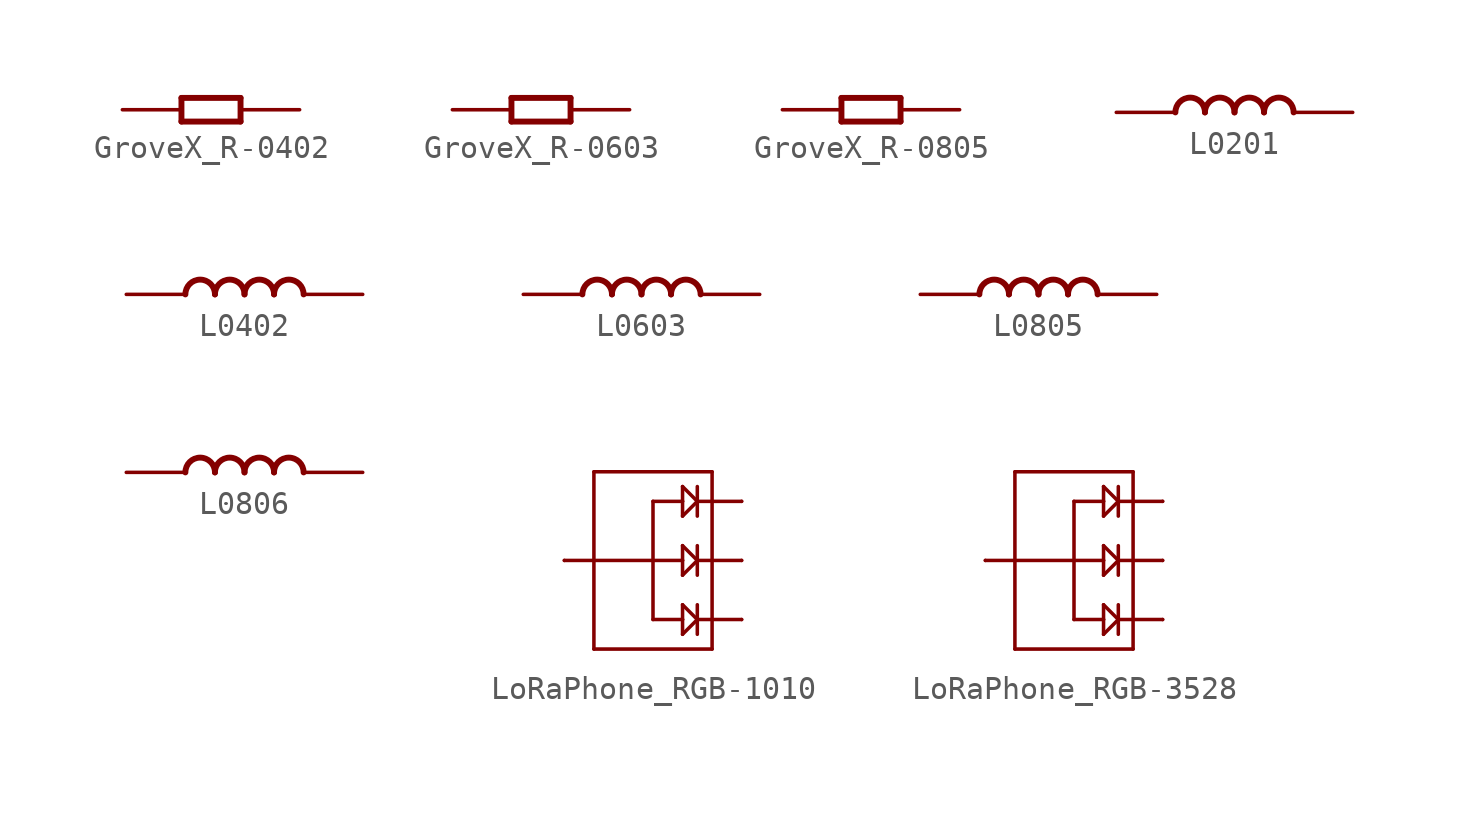
<source format=kicad_sym>
(kicad_symbol_lib
  (version 20231120)
  (generator "kicad_symbol_editor")
  (generator_version "8.0")
  (symbol "GroveX_R-0402"
    (property "Reference" "R"
      (at -2.54 0 0)
      (effects (font (size 0.635 0.54)) (justify left bottom) (hide yes)))
    (property "ki_locked" ""
      (at 0 0 0)
      (effects (font (size 1.27 1.27))))
    (symbol "GroveX_R-0402_1_0"
      (polyline (pts (xy -1.27 -0.508) (xy -1.27 0.508)) (stroke (width 0.254) (type solid)) (fill (type none)))
      (polyline (pts (xy -1.27 0.508) (xy 1.27 0.508)) (stroke (width 0.254) (type solid)) (fill (type none)))
      (polyline (pts (xy 1.27 -0.508) (xy -1.27 -0.508)) (stroke (width 0.254) (type solid)) (fill (type none)))
      (polyline (pts (xy 1.27 0.508) (xy 1.27 -0.508)) (stroke (width 0.254) (type solid)) (fill (type none)))
      (pin passive line (at -3.81 0 0) (length 2.54) (name "1" (effects (font (size 0 0)))) (number "1" (effects (font (size 0 0)))))
      (pin passive line (at 3.81 0 180) (length 2.54) (name "2" (effects (font (size 0 0)))) (number "2" (effects (font (size 0 0)))))))
  (symbol "GroveX_R-0603"
    (property "Reference" "R"
      (at -2.54 0 0)
      (effects (font (size 0.635 0.54)) (justify left bottom) (hide yes)))
    (property "ki_locked" ""
      (at 0 0 0)
      (effects (font (size 1.27 1.27))))
    (symbol "GroveX_R-0603_1_0"
      (polyline (pts (xy -1.27 -0.508) (xy -1.27 0.508)) (stroke (width 0.254) (type solid)) (fill (type none)))
      (polyline (pts (xy -1.27 0.508) (xy 1.27 0.508)) (stroke (width 0.254) (type solid)) (fill (type none)))
      (polyline (pts (xy 1.27 -0.508) (xy -1.27 -0.508)) (stroke (width 0.254) (type solid)) (fill (type none)))
      (polyline (pts (xy 1.27 0.508) (xy 1.27 -0.508)) (stroke (width 0.254) (type solid)) (fill (type none)))
      (pin passive line (at -3.81 0 0) (length 2.54) (name "1" (effects (font (size 0 0)))) (number "1" (effects (font (size 0 0)))))
      (pin passive line (at 3.81 0 180) (length 2.54) (name "2" (effects (font (size 0 0)))) (number "2" (effects (font (size 0 0)))))))
  (symbol "GroveX_R-0805"
    (property "Reference" "R"
      (at -2.54 0 0)
      (effects (font (size 0.635 0.54)) (justify left bottom) (hide yes)))
    (property "ki_locked" ""
      (at 0 0 0)
      (effects (font (size 1.27 1.27))))
    (symbol "GroveX_R-0805_1_0"
      (polyline (pts (xy -1.27 -0.508) (xy -1.27 0.508)) (stroke (width 0.254) (type solid)) (fill (type none)))
      (polyline (pts (xy -1.27 0.508) (xy 1.27 0.508)) (stroke (width 0.254) (type solid)) (fill (type none)))
      (polyline (pts (xy 1.27 -0.508) (xy -1.27 -0.508)) (stroke (width 0.254) (type solid)) (fill (type none)))
      (polyline (pts (xy 1.27 0.508) (xy 1.27 -0.508)) (stroke (width 0.254) (type solid)) (fill (type none)))
      (pin passive line (at -3.81 0 0) (length 2.54) (name "1" (effects (font (size 0 0)))) (number "1" (effects (font (size 0 0)))))
      (pin passive line (at 3.81 0 180) (length 2.54) (name "2" (effects (font (size 0 0)))) (number "2" (effects (font (size 0 0)))))))
  (symbol "L0201"
    (property "Reference" "L"
      (at -5.08 0 0)
      (effects (font (size 1.27 1.079)) (justify left bottom) (hide yes)))
    (property "ki_locked" ""
      (at 0 0 0)
      (effects (font (size 1.27 1.27))))
    (symbol "L0201_1_0"
      (arc (start -1.27 0) (mid -1.905 0.635) (end -2.54 0) (stroke (width 0.254) (type solid)) (fill (type none)))
      (arc (start 0 0) (mid -0.635 0.635) (end -1.27 0) (stroke (width 0.254) (type solid)) (fill (type none)))
      (arc (start 1.27 0) (mid 0.635 0.635) (end 0 0) (stroke (width 0.254) (type solid)) (fill (type none)))
      (arc (start 2.54 0) (mid 1.905 0.635) (end 1.27 0) (stroke (width 0.254) (type solid)) (fill (type none)))
      (pin passive line (at -5.08 0 0) (length 2.54) (name "1" (effects (font (size 0 0)))) (number "1" (effects (font (size 0 0)))))
      (pin passive line (at 5.08 0 180) (length 2.54) (name "2" (effects (font (size 0 0)))) (number "2" (effects (font (size 0 0)))))))
  (symbol "L0402"
    (property "Reference" "L"
      (at -5.08 0 0)
      (effects (font (size 1.27 1.079)) (justify left bottom) (hide yes)))
    (property "ki_locked" ""
      (at 0 0 0)
      (effects (font (size 1.27 1.27))))
    (symbol "L0402_1_0"
      (arc (start -1.27 0) (mid -1.905 0.635) (end -2.54 0) (stroke (width 0.254) (type solid)) (fill (type none)))
      (arc (start 0 0) (mid -0.635 0.635) (end -1.27 0) (stroke (width 0.254) (type solid)) (fill (type none)))
      (arc (start 1.27 0) (mid 0.635 0.635) (end 0 0) (stroke (width 0.254) (type solid)) (fill (type none)))
      (arc (start 2.54 0) (mid 1.905 0.635) (end 1.27 0) (stroke (width 0.254) (type solid)) (fill (type none)))
      (pin passive line (at -5.08 0 0) (length 2.54) (name "1" (effects (font (size 0 0)))) (number "1" (effects (font (size 0 0)))))
      (pin passive line (at 5.08 0 180) (length 2.54) (name "2" (effects (font (size 0 0)))) (number "2" (effects (font (size 0 0)))))))
  (symbol "L0603"
    (property "Reference" "L"
      (at -5.08 0 0)
      (effects (font (size 1.27 1.079)) (justify left bottom) (hide yes)))
    (property "ki_locked" ""
      (at 0 0 0)
      (effects (font (size 1.27 1.27))))
    (symbol "L0603_1_0"
      (arc (start -1.27 0) (mid -1.905 0.635) (end -2.54 0) (stroke (width 0.254) (type solid)) (fill (type none)))
      (arc (start 0 0) (mid -0.635 0.635) (end -1.27 0) (stroke (width 0.254) (type solid)) (fill (type none)))
      (arc (start 1.27 0) (mid 0.635 0.635) (end 0 0) (stroke (width 0.254) (type solid)) (fill (type none)))
      (arc (start 2.54 0) (mid 1.905 0.635) (end 1.27 0) (stroke (width 0.254) (type solid)) (fill (type none)))
      (pin passive line (at -5.08 0 0) (length 2.54) (name "1" (effects (font (size 0 0)))) (number "1" (effects (font (size 0 0)))))
      (pin passive line (at 5.08 0 180) (length 2.54) (name "2" (effects (font (size 0 0)))) (number "2" (effects (font (size 0 0)))))))
  (symbol "L0805"
    (property "Reference" "L"
      (at -5.08 0 0)
      (effects (font (size 1.27 1.079)) (justify left bottom) (hide yes)))
    (property "ki_locked" ""
      (at 0 0 0)
      (effects (font (size 1.27 1.27))))
    (symbol "L0805_1_0"
      (arc (start -1.27 0) (mid -1.905 0.635) (end -2.54 0) (stroke (width 0.254) (type solid)) (fill (type none)))
      (arc (start 0 0) (mid -0.635 0.635) (end -1.27 0) (stroke (width 0.254) (type solid)) (fill (type none)))
      (arc (start 1.27 0) (mid 0.635 0.635) (end 0 0) (stroke (width 0.254) (type solid)) (fill (type none)))
      (arc (start 2.54 0) (mid 1.905 0.635) (end 1.27 0) (stroke (width 0.254) (type solid)) (fill (type none)))
      (pin passive line (at -5.08 0 0) (length 2.54) (name "1" (effects (font (size 0 0)))) (number "1" (effects (font (size 0 0)))))
      (pin passive line (at 5.08 0 180) (length 2.54) (name "2" (effects (font (size 0 0)))) (number "2" (effects (font (size 0 0)))))))
  (symbol "L0806"
    (property "Reference" "L"
      (at -5.08 0 0)
      (effects (font (size 1.27 1.079)) (justify left bottom) (hide yes)))
    (property "ki_locked" ""
      (at 0 0 0)
      (effects (font (size 1.27 1.27))))
    (symbol "L0806_1_0"
      (arc (start -1.27 0) (mid -1.905 0.635) (end -2.54 0) (stroke (width 0.254) (type solid)) (fill (type none)))
      (arc (start 0 0) (mid -0.635 0.635) (end -1.27 0) (stroke (width 0.254) (type solid)) (fill (type none)))
      (arc (start 1.27 0) (mid 0.635 0.635) (end 0 0) (stroke (width 0.254) (type solid)) (fill (type none)))
      (arc (start 2.54 0) (mid 1.905 0.635) (end 1.27 0) (stroke (width 0.254) (type solid)) (fill (type none)))
      (pin passive line (at -5.08 0 0) (length 2.54) (name "1" (effects (font (size 0 0)))) (number "1" (effects (font (size 0 0)))))
      (pin passive line (at 5.08 0 180) (length 2.54) (name "2" (effects (font (size 0 0)))) (number "2" (effects (font (size 0 0)))))))
  (symbol "LoRaPhone_RGB-1010"
    (property "Reference" "RGB"
      (at -2.54 3.81 0)
      (effects (font (size 0.889 0.756) (thickness 0.151) (bold yes)) (justify left bottom) (hide yes)))
    (property "ki_locked" ""
      (at 0 0 0)
      (effects (font (size 1.27 1.27))))
    (symbol "LoRaPhone_RGB-1010_1_0"
      (polyline (pts (xy -3.81 0) (xy -2.54 0)) (stroke (width 0.152) (type solid)) (fill (type none)))
      (polyline (pts (xy -2.54 -3.81) (xy 2.54 -3.81)) (stroke (width 0.152) (type solid)) (fill (type none)))
      (polyline (pts (xy -2.54 0) (xy -2.54 -3.81)) (stroke (width 0.152) (type solid)) (fill (type none)))
      (polyline (pts (xy -2.54 0) (xy 0 0)) (stroke (width 0.152) (type solid)) (fill (type none)))
      (polyline (pts (xy -2.54 3.81) (xy -2.54 0)) (stroke (width 0.152) (type solid)) (fill (type none)))
      (polyline (pts (xy 0 0) (xy 0 -2.54)) (stroke (width 0.152) (type solid)) (fill (type none)))
      (polyline (pts (xy 0 0) (xy 0 2.54)) (stroke (width 0.152) (type solid)) (fill (type none)))
      (polyline (pts (xy 0 2.54) (xy 1.27 2.54)) (stroke (width 0.152) (type solid)) (fill (type none)))
      (polyline (pts (xy 1.27 -3.175) (xy 1.27 -2.54)) (stroke (width 0.152) (type solid)) (fill (type none)))
      (polyline (pts (xy 1.27 -2.54) (xy 0 -2.54)) (stroke (width 0.152) (type solid)) (fill (type none)))
      (polyline (pts (xy 1.27 -2.54) (xy 1.27 -1.905)) (stroke (width 0.152) (type solid)) (fill (type none)))
      (polyline (pts (xy 1.27 -1.905) (xy 1.905 -2.54)) (stroke (width 0.152) (type solid)) (fill (type none)))
      (polyline (pts (xy 1.27 -0.635) (xy 1.27 0)) (stroke (width 0.152) (type solid)) (fill (type none)))
      (polyline (pts (xy 1.27 0) (xy 0 0)) (stroke (width 0.152) (type solid)) (fill (type none)))
      (polyline (pts (xy 1.27 0) (xy 1.27 0.635)) (stroke (width 0.152) (type solid)) (fill (type none)))
      (polyline (pts (xy 1.27 0.635) (xy 1.905 0)) (stroke (width 0.152) (type solid)) (fill (type none)))
      (polyline (pts (xy 1.27 1.905) (xy 1.27 2.54)) (stroke (width 0.152) (type solid)) (fill (type none)))
      (polyline (pts (xy 1.27 2.54) (xy 1.27 3.175)) (stroke (width 0.152) (type solid)) (fill (type none)))
      (polyline (pts (xy 1.27 3.175) (xy 1.905 2.54)) (stroke (width 0.152) (type solid)) (fill (type none)))
      (polyline (pts (xy 1.905 -3.175) (xy 1.905 -2.54)) (stroke (width 0.152) (type solid)) (fill (type none)))
      (polyline (pts (xy 1.905 -2.54) (xy 1.27 -3.175)) (stroke (width 0.152) (type solid)) (fill (type none)))
      (polyline (pts (xy 1.905 -2.54) (xy 1.905 -1.905)) (stroke (width 0.152) (type solid)) (fill (type none)))
      (polyline (pts (xy 1.905 -2.54) (xy 2.54 -2.54)) (stroke (width 0.152) (type solid)) (fill (type none)))
      (polyline (pts (xy 1.905 -0.635) (xy 1.905 0)) (stroke (width 0.152) (type solid)) (fill (type none)))
      (polyline (pts (xy 1.905 0) (xy 1.27 -0.635)) (stroke (width 0.152) (type solid)) (fill (type none)))
      (polyline (pts (xy 1.905 0) (xy 1.905 0.635)) (stroke (width 0.152) (type solid)) (fill (type none)))
      (polyline (pts (xy 1.905 0) (xy 2.54 0)) (stroke (width 0.152) (type solid)) (fill (type none)))
      (polyline (pts (xy 1.905 1.905) (xy 1.905 2.54)) (stroke (width 0.152) (type solid)) (fill (type none)))
      (polyline (pts (xy 1.905 2.54) (xy 1.27 1.905)) (stroke (width 0.152) (type solid)) (fill (type none)))
      (polyline (pts (xy 1.905 2.54) (xy 1.905 3.175)) (stroke (width 0.152) (type solid)) (fill (type none)))
      (polyline (pts (xy 1.905 2.54) (xy 2.54 2.54)) (stroke (width 0.152) (type solid)) (fill (type none)))
      (polyline (pts (xy 2.54 -3.81) (xy 2.54 -2.54)) (stroke (width 0.152) (type solid)) (fill (type none)))
      (polyline (pts (xy 2.54 -2.54) (xy 2.54 0)) (stroke (width 0.152) (type solid)) (fill (type none)))
      (polyline (pts (xy 2.54 -2.54) (xy 3.81 -2.54)) (stroke (width 0.152) (type solid)) (fill (type none)))
      (polyline (pts (xy 2.54 0) (xy 2.54 2.54)) (stroke (width 0.152) (type solid)) (fill (type none)))
      (polyline (pts (xy 2.54 0) (xy 3.81 0)) (stroke (width 0.152) (type solid)) (fill (type none)))
      (polyline (pts (xy 2.54 2.54) (xy 2.54 3.81)) (stroke (width 0.152) (type solid)) (fill (type none)))
      (polyline (pts (xy 2.54 2.54) (xy 3.81 2.54)) (stroke (width 0.152) (type solid)) (fill (type none)))
      (polyline (pts (xy 2.54 3.81) (xy -2.54 3.81)) (stroke (width 0.152) (type solid)) (fill (type none)))
      (pin bidirectional line (at -3.81 0 0) (length 0) (name "+" (effects (font (size 0 0)))) (number "+" (effects (font (size 0 0)))))
      (pin bidirectional line (at 3.81 -2.54 180) (length 0) (name "B-" (effects (font (size 0 0)))) (number "B-" (effects (font (size 0 0)))))
      (pin bidirectional line (at 3.81 0 180) (length 0) (name "G-" (effects (font (size 0 0)))) (number "G-" (effects (font (size 0 0)))))
      (pin bidirectional line (at 3.81 2.54 180) (length 0) (name "R-" (effects (font (size 0 0)))) (number "R-" (effects (font (size 0 0)))))))
  (symbol "LoRaPhone_RGB-3528"
    (property "Reference" "RGB"
      (at -2.54 3.81 0)
      (effects (font (size 0.889 0.756) (thickness 0.151) (bold yes)) (justify left bottom) (hide yes)))
    (property "ki_locked" ""
      (at 0 0 0)
      (effects (font (size 1.27 1.27))))
    (symbol "LoRaPhone_RGB-3528_1_0"
      (polyline (pts (xy -3.81 0) (xy -2.54 0)) (stroke (width 0.152) (type solid)) (fill (type none)))
      (polyline (pts (xy -2.54 -3.81) (xy 2.54 -3.81)) (stroke (width 0.152) (type solid)) (fill (type none)))
      (polyline (pts (xy -2.54 0) (xy -2.54 -3.81)) (stroke (width 0.152) (type solid)) (fill (type none)))
      (polyline (pts (xy -2.54 0) (xy 0 0)) (stroke (width 0.152) (type solid)) (fill (type none)))
      (polyline (pts (xy -2.54 3.81) (xy -2.54 0)) (stroke (width 0.152) (type solid)) (fill (type none)))
      (polyline (pts (xy 0 0) (xy 0 -2.54)) (stroke (width 0.152) (type solid)) (fill (type none)))
      (polyline (pts (xy 0 0) (xy 0 2.54)) (stroke (width 0.152) (type solid)) (fill (type none)))
      (polyline (pts (xy 0 2.54) (xy 1.27 2.54)) (stroke (width 0.152) (type solid)) (fill (type none)))
      (polyline (pts (xy 1.27 -3.175) (xy 1.27 -2.54)) (stroke (width 0.152) (type solid)) (fill (type none)))
      (polyline (pts (xy 1.27 -2.54) (xy 0 -2.54)) (stroke (width 0.152) (type solid)) (fill (type none)))
      (polyline (pts (xy 1.27 -2.54) (xy 1.27 -1.905)) (stroke (width 0.152) (type solid)) (fill (type none)))
      (polyline (pts (xy 1.27 -1.905) (xy 1.905 -2.54)) (stroke (width 0.152) (type solid)) (fill (type none)))
      (polyline (pts (xy 1.27 -0.635) (xy 1.27 0)) (stroke (width 0.152) (type solid)) (fill (type none)))
      (polyline (pts (xy 1.27 0) (xy 0 0)) (stroke (width 0.152) (type solid)) (fill (type none)))
      (polyline (pts (xy 1.27 0) (xy 1.27 0.635)) (stroke (width 0.152) (type solid)) (fill (type none)))
      (polyline (pts (xy 1.27 0.635) (xy 1.905 0)) (stroke (width 0.152) (type solid)) (fill (type none)))
      (polyline (pts (xy 1.27 1.905) (xy 1.27 2.54)) (stroke (width 0.152) (type solid)) (fill (type none)))
      (polyline (pts (xy 1.27 2.54) (xy 1.27 3.175)) (stroke (width 0.152) (type solid)) (fill (type none)))
      (polyline (pts (xy 1.27 3.175) (xy 1.905 2.54)) (stroke (width 0.152) (type solid)) (fill (type none)))
      (polyline (pts (xy 1.905 -3.175) (xy 1.905 -2.54)) (stroke (width 0.152) (type solid)) (fill (type none)))
      (polyline (pts (xy 1.905 -2.54) (xy 1.27 -3.175)) (stroke (width 0.152) (type solid)) (fill (type none)))
      (polyline (pts (xy 1.905 -2.54) (xy 1.905 -1.905)) (stroke (width 0.152) (type solid)) (fill (type none)))
      (polyline (pts (xy 1.905 -2.54) (xy 2.54 -2.54)) (stroke (width 0.152) (type solid)) (fill (type none)))
      (polyline (pts (xy 1.905 -0.635) (xy 1.905 0)) (stroke (width 0.152) (type solid)) (fill (type none)))
      (polyline (pts (xy 1.905 0) (xy 1.27 -0.635)) (stroke (width 0.152) (type solid)) (fill (type none)))
      (polyline (pts (xy 1.905 0) (xy 1.905 0.635)) (stroke (width 0.152) (type solid)) (fill (type none)))
      (polyline (pts (xy 1.905 0) (xy 2.54 0)) (stroke (width 0.152) (type solid)) (fill (type none)))
      (polyline (pts (xy 1.905 1.905) (xy 1.905 2.54)) (stroke (width 0.152) (type solid)) (fill (type none)))
      (polyline (pts (xy 1.905 2.54) (xy 1.27 1.905)) (stroke (width 0.152) (type solid)) (fill (type none)))
      (polyline (pts (xy 1.905 2.54) (xy 1.905 3.175)) (stroke (width 0.152) (type solid)) (fill (type none)))
      (polyline (pts (xy 1.905 2.54) (xy 2.54 2.54)) (stroke (width 0.152) (type solid)) (fill (type none)))
      (polyline (pts (xy 2.54 -3.81) (xy 2.54 -2.54)) (stroke (width 0.152) (type solid)) (fill (type none)))
      (polyline (pts (xy 2.54 -2.54) (xy 2.54 0)) (stroke (width 0.152) (type solid)) (fill (type none)))
      (polyline (pts (xy 2.54 -2.54) (xy 3.81 -2.54)) (stroke (width 0.152) (type solid)) (fill (type none)))
      (polyline (pts (xy 2.54 0) (xy 2.54 2.54)) (stroke (width 0.152) (type solid)) (fill (type none)))
      (polyline (pts (xy 2.54 0) (xy 3.81 0)) (stroke (width 0.152) (type solid)) (fill (type none)))
      (polyline (pts (xy 2.54 2.54) (xy 2.54 3.81)) (stroke (width 0.152) (type solid)) (fill (type none)))
      (polyline (pts (xy 2.54 2.54) (xy 3.81 2.54)) (stroke (width 0.152) (type solid)) (fill (type none)))
      (polyline (pts (xy 2.54 3.81) (xy -2.54 3.81)) (stroke (width 0.152) (type solid)) (fill (type none)))
      (pin bidirectional line (at 3.81 2.54 180) (length 0) (name "R-" (effects (font (size 0 0)))) (number "1" (effects (font (size 0 0)))))
      (pin bidirectional line (at -3.81 0 0) (length 0) (name "+" (effects (font (size 0 0)))) (number "2" (effects (font (size 0 0)))))
      (pin bidirectional line (at 3.81 0 180) (length 0) (name "G-" (effects (font (size 0 0)))) (number "3" (effects (font (size 0 0)))))
      (pin bidirectional line (at 3.81 -2.54 180) (length 0) (name "B-" (effects (font (size 0 0)))) (number "4" (effects (font (size 0 0))))))))
</source>
